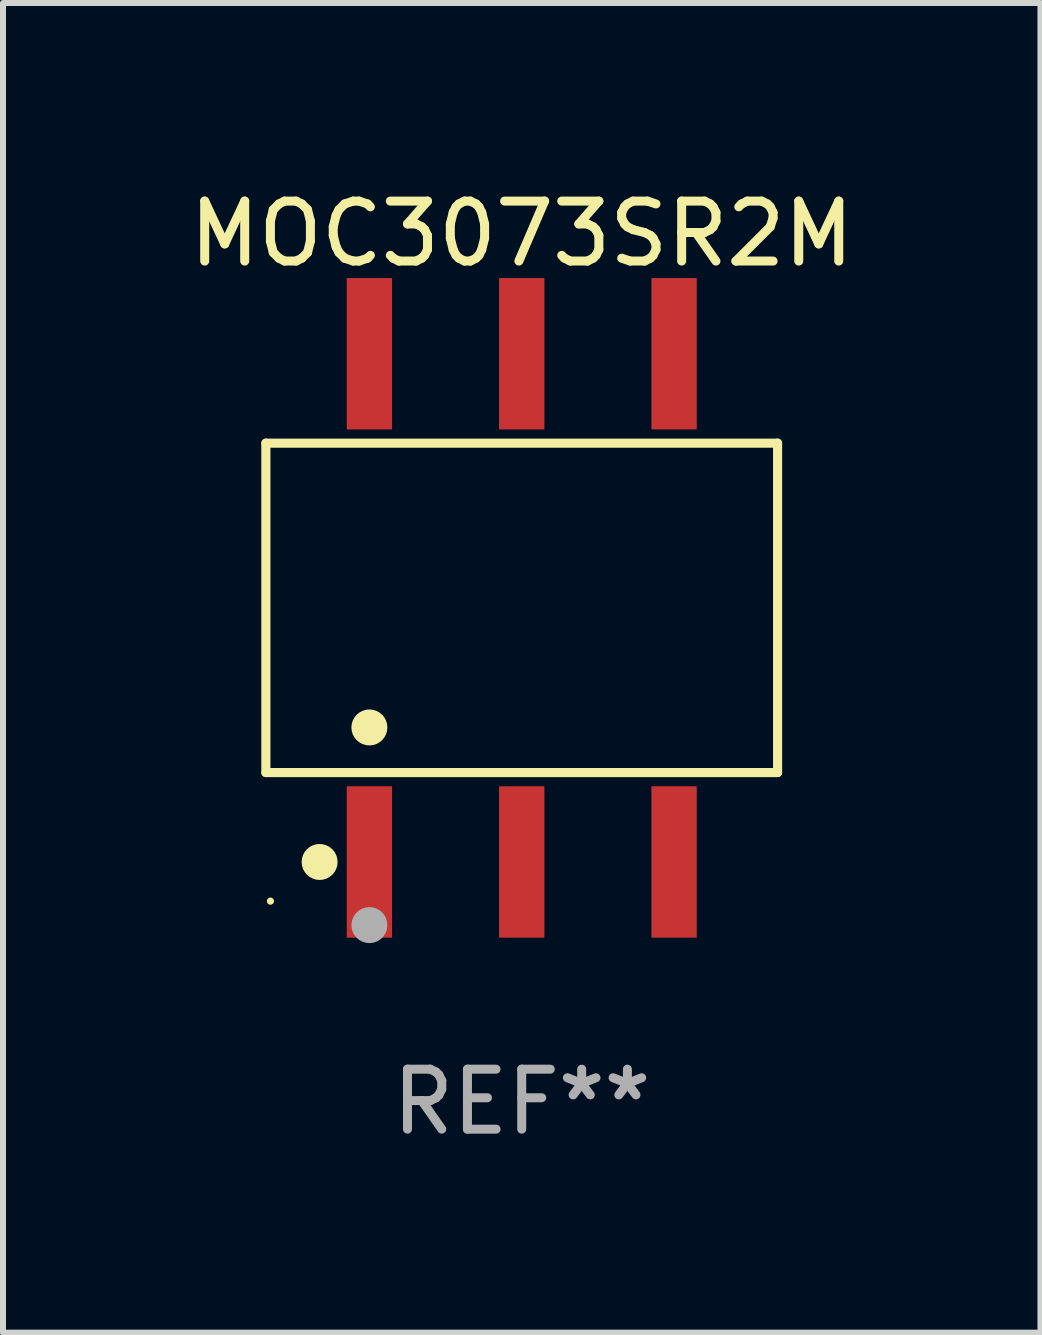
<source format=kicad_pcb>
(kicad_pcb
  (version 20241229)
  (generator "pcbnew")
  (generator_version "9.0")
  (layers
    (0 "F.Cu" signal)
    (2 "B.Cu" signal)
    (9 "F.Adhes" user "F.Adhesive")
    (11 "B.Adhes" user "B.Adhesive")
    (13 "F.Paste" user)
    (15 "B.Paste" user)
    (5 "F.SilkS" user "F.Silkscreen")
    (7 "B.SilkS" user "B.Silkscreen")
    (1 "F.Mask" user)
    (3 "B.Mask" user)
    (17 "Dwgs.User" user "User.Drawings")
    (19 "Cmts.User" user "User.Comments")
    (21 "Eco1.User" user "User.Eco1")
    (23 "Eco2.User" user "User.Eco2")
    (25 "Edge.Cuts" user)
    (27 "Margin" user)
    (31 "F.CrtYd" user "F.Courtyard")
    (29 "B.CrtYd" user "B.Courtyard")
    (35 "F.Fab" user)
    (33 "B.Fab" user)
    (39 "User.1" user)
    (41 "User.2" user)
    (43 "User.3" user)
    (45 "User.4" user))
  (footprint "MOC3073SR2M"
    (layer "F.Cu")
    (at 5.649 7.085)
    (property "Reference" "MOC3073SR2M" (at 0 -6.237 0) (layer "F.SilkS") (effects (font (size 1 1) (thickness 0.15))))
    (attr through_hole)
    (fp_line (start -4.266 -2.746) (end 4.266 -2.746) (stroke (width 0.152) (type solid)) (layer "F.SilkS"))
    (fp_line (start -4.266 2.746) (end -4.266 -2.746) (stroke (width 0.152) (type solid)) (layer "F.SilkS"))
    (fp_line (start 4.266 -2.746) (end 4.266 2.746) (stroke (width 0.152) (type solid)) (layer "F.SilkS"))
    (fp_line (start 4.266 2.746) (end -4.266 2.746) (stroke (width 0.152) (type solid)) (layer "F.SilkS"))
    (fp_circle (center -4.19 4.89) (end -4.16 4.89) (stroke (width 0.06) (type solid)) (fill no) (layer "F.SilkS"))
    (fp_circle (center -3.37 4.237) (end -3.22 4.237) (stroke (width 0.3) (type solid)) (fill no) (layer "F.SilkS"))
    (fp_circle (center -2.54 1.994) (end -2.39 1.994) (stroke (width 0.3) (type solid)) (fill no) (layer "F.SilkS"))
    (fp_circle (center -2.54 5.29) (end -2.39 5.29) (stroke (width 0.3) (type solid)) (fill no) (layer "F.Fab"))
    (fp_text user "REF**" (at 0 8.237 0) (layer "F.Fab") (effects (font (size 1 1) (thickness 0.15))))
    (pad "1" smd rect (at -2.54 4.237) (size 0.756 2.524) (layers "F.Cu" "F.Mask" "F.Paste"))
    (pad "2" smd rect (at 0 4.237) (size 0.756 2.524) (layers "F.Cu" "F.Mask" "F.Paste"))
    (pad "3" smd rect (at 2.54 4.237) (size 0.756 2.524) (layers "F.Cu" "F.Mask" "F.Paste"))
    (pad "4" smd rect (at 2.54 -4.237) (size 0.756 2.524) (layers "F.Cu" "F.Mask" "F.Paste"))
    (pad "5" smd rect (at 0 -4.237) (size 0.756 2.524) (layers "F.Cu" "F.Mask" "F.Paste"))
    (pad "6" smd rect (at -2.54 -4.237) (size 0.756 2.524) (layers "F.Cu" "F.Mask" "F.Paste")))
  (gr_rect
    (start -3 -3)
    (end 14.298 19.17)
    (stroke (width 0.1) (type default))
    (fill no)
    (layer "Edge.Cuts")))
</source>
